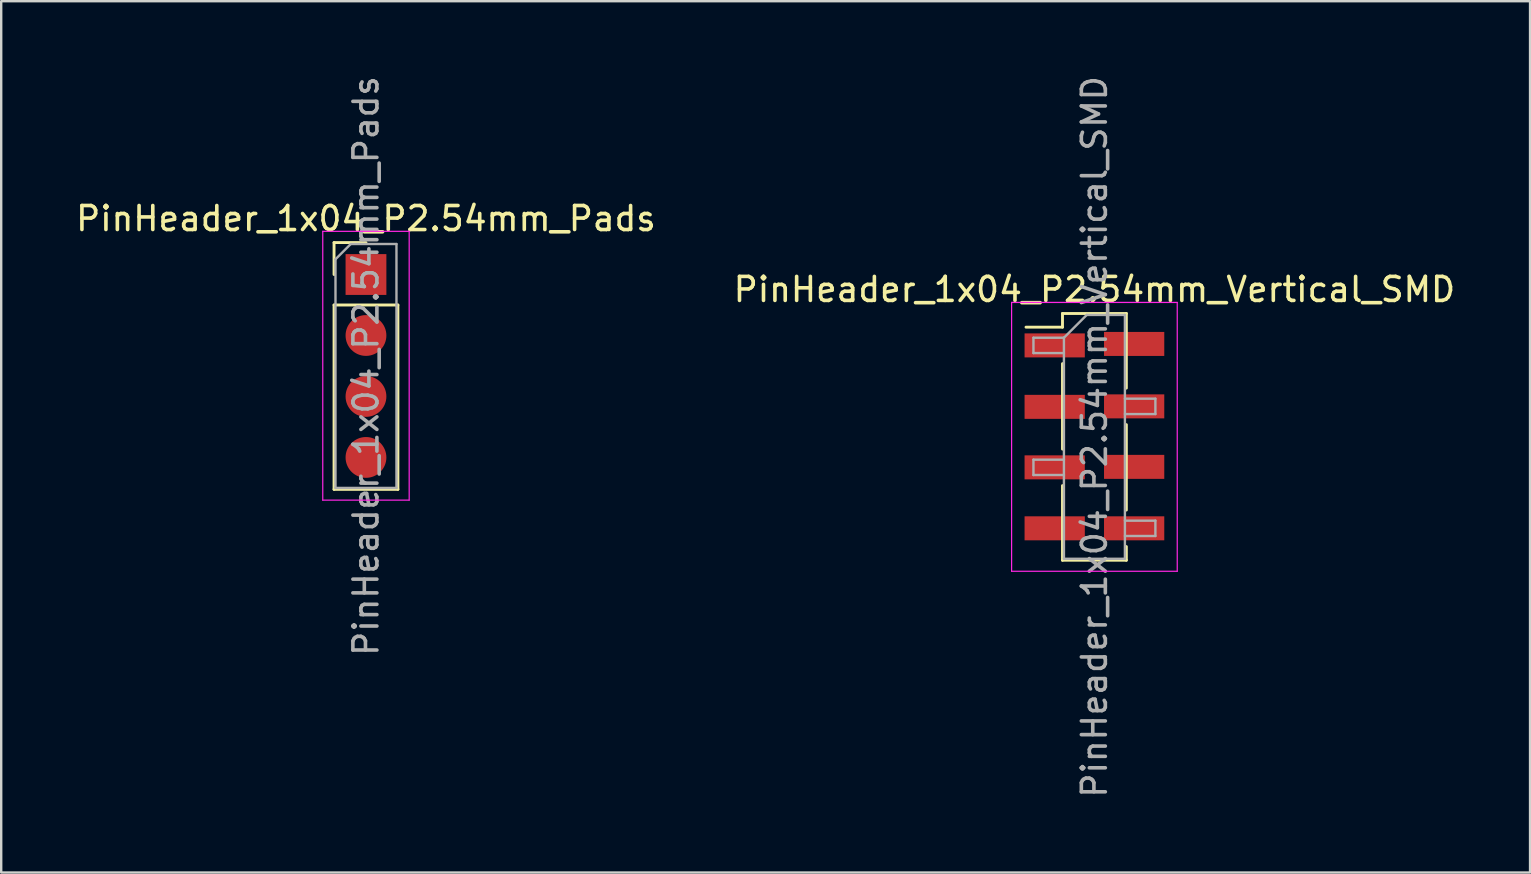
<source format=kicad_pcb>
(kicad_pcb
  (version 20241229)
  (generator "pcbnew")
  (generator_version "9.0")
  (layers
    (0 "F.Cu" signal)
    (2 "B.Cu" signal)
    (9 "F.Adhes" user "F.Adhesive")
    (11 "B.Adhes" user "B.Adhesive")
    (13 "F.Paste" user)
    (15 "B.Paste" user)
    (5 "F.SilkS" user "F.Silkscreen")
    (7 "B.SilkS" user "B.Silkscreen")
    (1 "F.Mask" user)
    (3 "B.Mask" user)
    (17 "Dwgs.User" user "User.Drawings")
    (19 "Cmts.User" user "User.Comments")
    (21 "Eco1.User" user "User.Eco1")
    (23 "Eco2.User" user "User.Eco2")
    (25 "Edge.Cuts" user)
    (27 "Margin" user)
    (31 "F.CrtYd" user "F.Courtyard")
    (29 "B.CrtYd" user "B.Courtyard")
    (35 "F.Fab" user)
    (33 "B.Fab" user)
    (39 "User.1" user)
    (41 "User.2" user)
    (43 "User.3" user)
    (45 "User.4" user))
  (footprint "PinHeader_1x04_P2.54mm_Pads"
    (layer "F.Cu")
    (at 12.196 8.386)
    (property "Reference" "PinHeader_1x04_P2.54mm_Pads" (at 0 -2.33 0) (layer "F.SilkS") (effects (font (size 1 1) (thickness 0.15))))
    (attr through_hole)
    (fp_line (start -1.33 -1.33) (end 0 -1.33) (stroke (width 0.12) (type solid)) (layer "F.SilkS"))
    (fp_line (start -1.33 0) (end -1.33 -1.33) (stroke (width 0.12) (type solid)) (layer "F.SilkS"))
    (fp_line (start -1.33 1.27) (end -1.33 8.95) (stroke (width 0.12) (type solid)) (layer "F.SilkS"))
    (fp_line (start -1.33 1.27) (end 1.33 1.27) (stroke (width 0.12) (type solid)) (layer "F.SilkS"))
    (fp_line (start -1.33 8.95) (end 1.33 8.95) (stroke (width 0.12) (type solid)) (layer "F.SilkS"))
    (fp_line (start 1.33 1.27) (end 1.33 8.95) (stroke (width 0.12) (type solid)) (layer "F.SilkS"))
    (fp_line (start -1.8 -1.8) (end -1.8 9.4) (stroke (width 0.05) (type solid)) (layer "F.CrtYd"))
    (fp_line (start -1.8 9.4) (end 1.8 9.4) (stroke (width 0.05) (type solid)) (layer "F.CrtYd"))
    (fp_line (start 1.8 -1.8) (end -1.8 -1.8) (stroke (width 0.05) (type solid)) (layer "F.CrtYd"))
    (fp_line (start 1.8 9.4) (end 1.8 -1.8) (stroke (width 0.05) (type solid)) (layer "F.CrtYd"))
    (fp_line (start -1.27 -0.635) (end -0.635 -1.27) (stroke (width 0.1) (type solid)) (layer "F.Fab"))
    (fp_line (start -1.27 8.89) (end -1.27 -0.635) (stroke (width 0.1) (type solid)) (layer "F.Fab"))
    (fp_line (start -0.635 -1.27) (end 1.27 -1.27) (stroke (width 0.1) (type solid)) (layer "F.Fab"))
    (fp_line (start 1.27 -1.27) (end 1.27 8.89) (stroke (width 0.1) (type solid)) (layer "F.Fab"))
    (fp_line (start 1.27 8.89) (end -1.27 8.89) (stroke (width 0.1) (type solid)) (layer "F.Fab"))
    (fp_text user "${REFERENCE}" (at 0 3.81 90) (layer "F.Fab") (effects (font (size 1 1) (thickness 0.15))))
    (pad "1" smd rect (at 0 0) (size 1.7 1.7) (layers "F.Cu" "F.Mask"))
    (pad "2" smd oval (at 0 2.54) (size 1.7 1.7) (layers "F.Cu" "F.Mask"))
    (pad "3" smd oval (at 0 5.08) (size 1.7 1.7) (layers "F.Cu" "F.Mask"))
    (pad "4" smd oval (at 0 7.62) (size 1.7 1.7) (layers "F.Cu" "F.Mask")))
  (footprint "PinHeader_1x04_P2.54mm_Vertical_SMD"
    (layer "F.Cu")
    (at 42.542 15.149)
    (property "Reference" "PinHeader_1x04_P2.54mm_Vertical_SMD" (at 0 -6.14 0) (layer "F.SilkS") (effects (font (size 1 1) (thickness 0.15))))
    (attr smd)
    (fp_line (start -1.33 -5.14) (end -1.33 -4.57) (stroke (width 0.12) (type solid)) (layer "F.SilkS"))
    (fp_line (start -1.33 -5.14) (end 1.33 -5.14) (stroke (width 0.12) (type solid)) (layer "F.SilkS"))
    (fp_line (start -1.33 -4.57) (end -2.85 -4.57) (stroke (width 0.12) (type solid)) (layer "F.SilkS"))
    (fp_line (start -1.33 -3.05) (end -1.33 0.51) (stroke (width 0.12) (type solid)) (layer "F.SilkS"))
    (fp_line (start -1.33 2.03) (end -1.33 5.14) (stroke (width 0.12) (type solid)) (layer "F.SilkS"))
    (fp_line (start -1.33 5.14) (end 1.33 5.14) (stroke (width 0.12) (type solid)) (layer "F.SilkS"))
    (fp_line (start 1.33 -5.14) (end 1.33 -2.03) (stroke (width 0.12) (type solid)) (layer "F.SilkS"))
    (fp_line (start 1.33 -0.51) (end 1.33 3.05) (stroke (width 0.12) (type solid)) (layer "F.SilkS"))
    (fp_line (start 1.33 4.57) (end 1.33 5.14) (stroke (width 0.12) (type solid)) (layer "F.SilkS"))
    (fp_line (start -3.45 -5.6) (end -3.45 5.6) (stroke (width 0.05) (type solid)) (layer "F.CrtYd"))
    (fp_line (start -3.45 5.6) (end 3.45 5.6) (stroke (width 0.05) (type solid)) (layer "F.CrtYd"))
    (fp_line (start 3.45 -5.6) (end -3.45 -5.6) (stroke (width 0.05) (type solid)) (layer "F.CrtYd"))
    (fp_line (start 3.45 5.6) (end 3.45 -5.6) (stroke (width 0.05) (type solid)) (layer "F.CrtYd"))
    (fp_line (start -2.54 -4.13) (end -2.54 -3.49) (stroke (width 0.1) (type solid)) (layer "F.Fab"))
    (fp_line (start -2.54 -3.49) (end -1.27 -3.49) (stroke (width 0.1) (type solid)) (layer "F.Fab"))
    (fp_line (start -2.54 0.95) (end -2.54 1.59) (stroke (width 0.1) (type solid)) (layer "F.Fab"))
    (fp_line (start -2.54 1.59) (end -1.27 1.59) (stroke (width 0.1) (type solid)) (layer "F.Fab"))
    (fp_line (start -1.27 -4.13) (end -2.54 -4.13) (stroke (width 0.1) (type solid)) (layer "F.Fab"))
    (fp_line (start -1.27 -4.13) (end -0.32 -5.08) (stroke (width 0.1) (type solid)) (layer "F.Fab"))
    (fp_line (start -1.27 0.95) (end -2.54 0.95) (stroke (width 0.1) (type solid)) (layer "F.Fab"))
    (fp_line (start -1.27 5.08) (end -1.27 -4.13) (stroke (width 0.1) (type solid)) (layer "F.Fab"))
    (fp_line (start -0.32 -5.08) (end 1.27 -5.08) (stroke (width 0.1) (type solid)) (layer "F.Fab"))
    (fp_line (start 1.27 -5.08) (end 1.27 5.08) (stroke (width 0.1) (type solid)) (layer "F.Fab"))
    (fp_line (start 1.27 -1.59) (end 2.54 -1.59) (stroke (width 0.1) (type solid)) (layer "F.Fab"))
    (fp_line (start 1.27 3.49) (end 2.54 3.49) (stroke (width 0.1) (type solid)) (layer "F.Fab"))
    (fp_line (start 1.27 5.08) (end -1.27 5.08) (stroke (width 0.1) (type solid)) (layer "F.Fab"))
    (fp_line (start 2.54 -1.59) (end 2.54 -0.95) (stroke (width 0.1) (type solid)) (layer "F.Fab"))
    (fp_line (start 2.54 -0.95) (end 1.27 -0.95) (stroke (width 0.1) (type solid)) (layer "F.Fab"))
    (fp_line (start 2.54 3.49) (end 2.54 4.13) (stroke (width 0.1) (type solid)) (layer "F.Fab"))
    (fp_line (start 2.54 4.13) (end 1.27 4.13) (stroke (width 0.1) (type solid)) (layer "F.Fab"))
    (fp_text user "${REFERENCE}" (at 0 0 90) (layer "F.Fab") (effects (font (size 1 1) (thickness 0.15))))
    (pad "1" smd rect (at -1.655 -3.81) (size 2.51 1) (layers "F.Cu" "F.Mask" "F.Paste"))
    (pad "1" smd rect (at 1.655 -3.871) (size 2.51 1) (layers "F.Cu" "F.Mask" "F.Paste"))
    (pad "2" smd rect (at -1.655 -1.25) (size 2.51 1) (layers "F.Cu" "F.Mask" "F.Paste"))
    (pad "2" smd rect (at 1.655 -1.27) (size 2.51 1) (layers "F.Cu" "F.Mask" "F.Paste"))
    (pad "3" smd rect (at -1.655 1.27) (size 2.51 1) (layers "F.Cu" "F.Mask" "F.Paste"))
    (pad "3" smd rect (at 1.655 1.25) (size 2.51 1) (layers "F.Cu" "F.Mask" "F.Paste"))
    (pad "4" smd rect (at -1.655 3.81) (size 2.51 1) (layers "F.Cu" "F.Mask" "F.Paste"))
    (pad "4" smd rect (at 1.655 3.81) (size 2.51 1) (layers "F.Cu" "F.Mask" "F.Paste")))
  (gr_rect
    (start -3 -3)
    (end 60.69 33.298)
    (stroke (width 0.1) (type default))
    (fill no)
    (layer "Edge.Cuts")))
</source>
